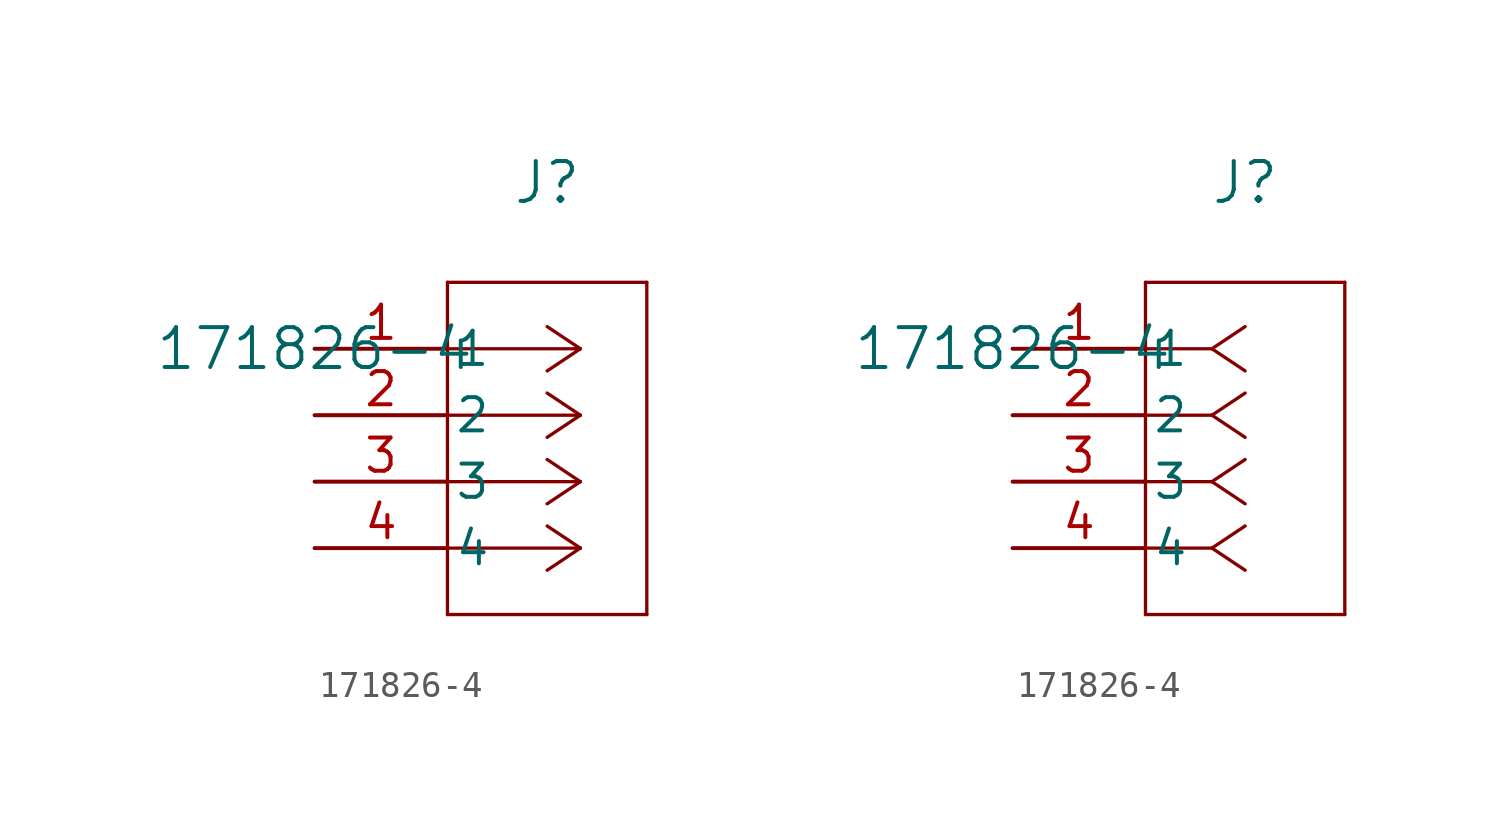
<source format=kicad_sym>
(kicad_symbol_lib
  (version 20211014)
  (generator kicad_symbol_editor)
  (symbol "171826-4"
    (pin_names
      (offset 0.254))
    (property "Reference" "J"
      (at 8.89 6.35 0)
      (effects (font (size 1.524 1.524))))
    (property "Value" "171826-4"
      (at 0 0 0)
      (effects (font (size 1.524 1.524))))
    (symbol "171826-4_1_1"
      (polyline (pts (xy 10.16 0) (xy 5.08 0)) (stroke (width 0.127) (type default) (color 0 0 0 0)) (fill (type none)))
      (polyline (pts (xy 10.16 -2.54) (xy 5.08 -2.54)) (stroke (width 0.127) (type default) (color 0 0 0 0)) (fill (type none)))
      (polyline (pts (xy 10.16 -5.08) (xy 5.08 -5.08)) (stroke (width 0.127) (type default) (color 0 0 0 0)) (fill (type none)))
      (polyline (pts (xy 10.16 -7.62) (xy 5.08 -7.62)) (stroke (width 0.127) (type default) (color 0 0 0 0)) (fill (type none)))
      (polyline (pts (xy 10.16 0) (xy 8.89 0.847)) (stroke (width 0.127) (type default) (color 0 0 0 0)) (fill (type none)))
      (polyline (pts (xy 10.16 -2.54) (xy 8.89 -1.693)) (stroke (width 0.127) (type default) (color 0 0 0 0)) (fill (type none)))
      (polyline (pts (xy 10.16 -5.08) (xy 8.89 -4.233)) (stroke (width 0.127) (type default) (color 0 0 0 0)) (fill (type none)))
      (polyline (pts (xy 10.16 -7.62) (xy 8.89 -6.773)) (stroke (width 0.127) (type default) (color 0 0 0 0)) (fill (type none)))
      (polyline (pts (xy 10.16 0) (xy 8.89 -0.847)) (stroke (width 0.127) (type default) (color 0 0 0 0)) (fill (type none)))
      (polyline (pts (xy 10.16 -2.54) (xy 8.89 -3.387)) (stroke (width 0.127) (type default) (color 0 0 0 0)) (fill (type none)))
      (polyline (pts (xy 10.16 -5.08) (xy 8.89 -5.927)) (stroke (width 0.127) (type default) (color 0 0 0 0)) (fill (type none)))
      (polyline (pts (xy 10.16 -7.62) (xy 8.89 -8.467)) (stroke (width 0.127) (type default) (color 0 0 0 0)) (fill (type none)))
      (polyline (pts (xy 5.08 2.54) (xy 5.08 -10.16)) (stroke (width 0.127) (type default) (color 0 0 0 0)) (fill (type none)))
      (polyline (pts (xy 5.08 -10.16) (xy 12.7 -10.16)) (stroke (width 0.127) (type default) (color 0 0 0 0)) (fill (type none)))
      (polyline (pts (xy 12.7 -10.16) (xy 12.7 2.54)) (stroke (width 0.127) (type default) (color 0 0 0 0)) (fill (type none)))
      (polyline (pts (xy 12.7 2.54) (xy 5.08 2.54)) (stroke (width 0.127) (type default) (color 0 0 0 0)) (fill (type none)))
      (pin unspecified line (at 0 0 0) (length 5.08) (name "1" (effects (font (size 1.27 1.27)))) (number "1" (effects (font (size 1.27 1.27)))))
      (pin unspecified line (at 0 -2.54 0) (length 5.08) (name "2" (effects (font (size 1.27 1.27)))) (number "2" (effects (font (size 1.27 1.27)))))
      (pin unspecified line (at 0 -5.08 0) (length 5.08) (name "3" (effects (font (size 1.27 1.27)))) (number "3" (effects (font (size 1.27 1.27)))))
      (pin unspecified line (at 0 -7.62 0) (length 5.08) (name "4" (effects (font (size 1.27 1.27)))) (number "4" (effects (font (size 1.27 1.27))))))
    (symbol "171826-4_1_2"
      (polyline (pts (xy 7.62 0) (xy 5.08 0)) (stroke (width 0.127) (type default) (color 0 0 0 0)) (fill (type none)))
      (polyline (pts (xy 7.62 -2.54) (xy 5.08 -2.54)) (stroke (width 0.127) (type default) (color 0 0 0 0)) (fill (type none)))
      (polyline (pts (xy 7.62 -5.08) (xy 5.08 -5.08)) (stroke (width 0.127) (type default) (color 0 0 0 0)) (fill (type none)))
      (polyline (pts (xy 7.62 -7.62) (xy 5.08 -7.62)) (stroke (width 0.127) (type default) (color 0 0 0 0)) (fill (type none)))
      (polyline (pts (xy 7.62 0) (xy 8.89 0.847)) (stroke (width 0.127) (type default) (color 0 0 0 0)) (fill (type none)))
      (polyline (pts (xy 7.62 -2.54) (xy 8.89 -1.693)) (stroke (width 0.127) (type default) (color 0 0 0 0)) (fill (type none)))
      (polyline (pts (xy 7.62 -5.08) (xy 8.89 -4.233)) (stroke (width 0.127) (type default) (color 0 0 0 0)) (fill (type none)))
      (polyline (pts (xy 7.62 -7.62) (xy 8.89 -6.773)) (stroke (width 0.127) (type default) (color 0 0 0 0)) (fill (type none)))
      (polyline (pts (xy 7.62 0) (xy 8.89 -0.847)) (stroke (width 0.127) (type default) (color 0 0 0 0)) (fill (type none)))
      (polyline (pts (xy 7.62 -2.54) (xy 8.89 -3.387)) (stroke (width 0.127) (type default) (color 0 0 0 0)) (fill (type none)))
      (polyline (pts (xy 7.62 -5.08) (xy 8.89 -5.927)) (stroke (width 0.127) (type default) (color 0 0 0 0)) (fill (type none)))
      (polyline (pts (xy 7.62 -7.62) (xy 8.89 -8.467)) (stroke (width 0.127) (type default) (color 0 0 0 0)) (fill (type none)))
      (polyline (pts (xy 5.08 2.54) (xy 5.08 -10.16)) (stroke (width 0.127) (type default) (color 0 0 0 0)) (fill (type none)))
      (polyline (pts (xy 5.08 -10.16) (xy 12.7 -10.16)) (stroke (width 0.127) (type default) (color 0 0 0 0)) (fill (type none)))
      (polyline (pts (xy 12.7 -10.16) (xy 12.7 2.54)) (stroke (width 0.127) (type default) (color 0 0 0 0)) (fill (type none)))
      (polyline (pts (xy 12.7 2.54) (xy 5.08 2.54)) (stroke (width 0.127) (type default) (color 0 0 0 0)) (fill (type none)))
      (pin unspecified line (at 0 0 0) (length 5.08) (name "1" (effects (font (size 1.27 1.27)))) (number "1" (effects (font (size 1.27 1.27)))))
      (pin unspecified line (at 0 -2.54 0) (length 5.08) (name "2" (effects (font (size 1.27 1.27)))) (number "2" (effects (font (size 1.27 1.27)))))
      (pin unspecified line (at 0 -5.08 0) (length 5.08) (name "3" (effects (font (size 1.27 1.27)))) (number "3" (effects (font (size 1.27 1.27)))))
      (pin unspecified line (at 0 -7.62 0) (length 5.08) (name "4" (effects (font (size 1.27 1.27)))) (number "4" (effects (font (size 1.27 1.27))))))))
</source>
